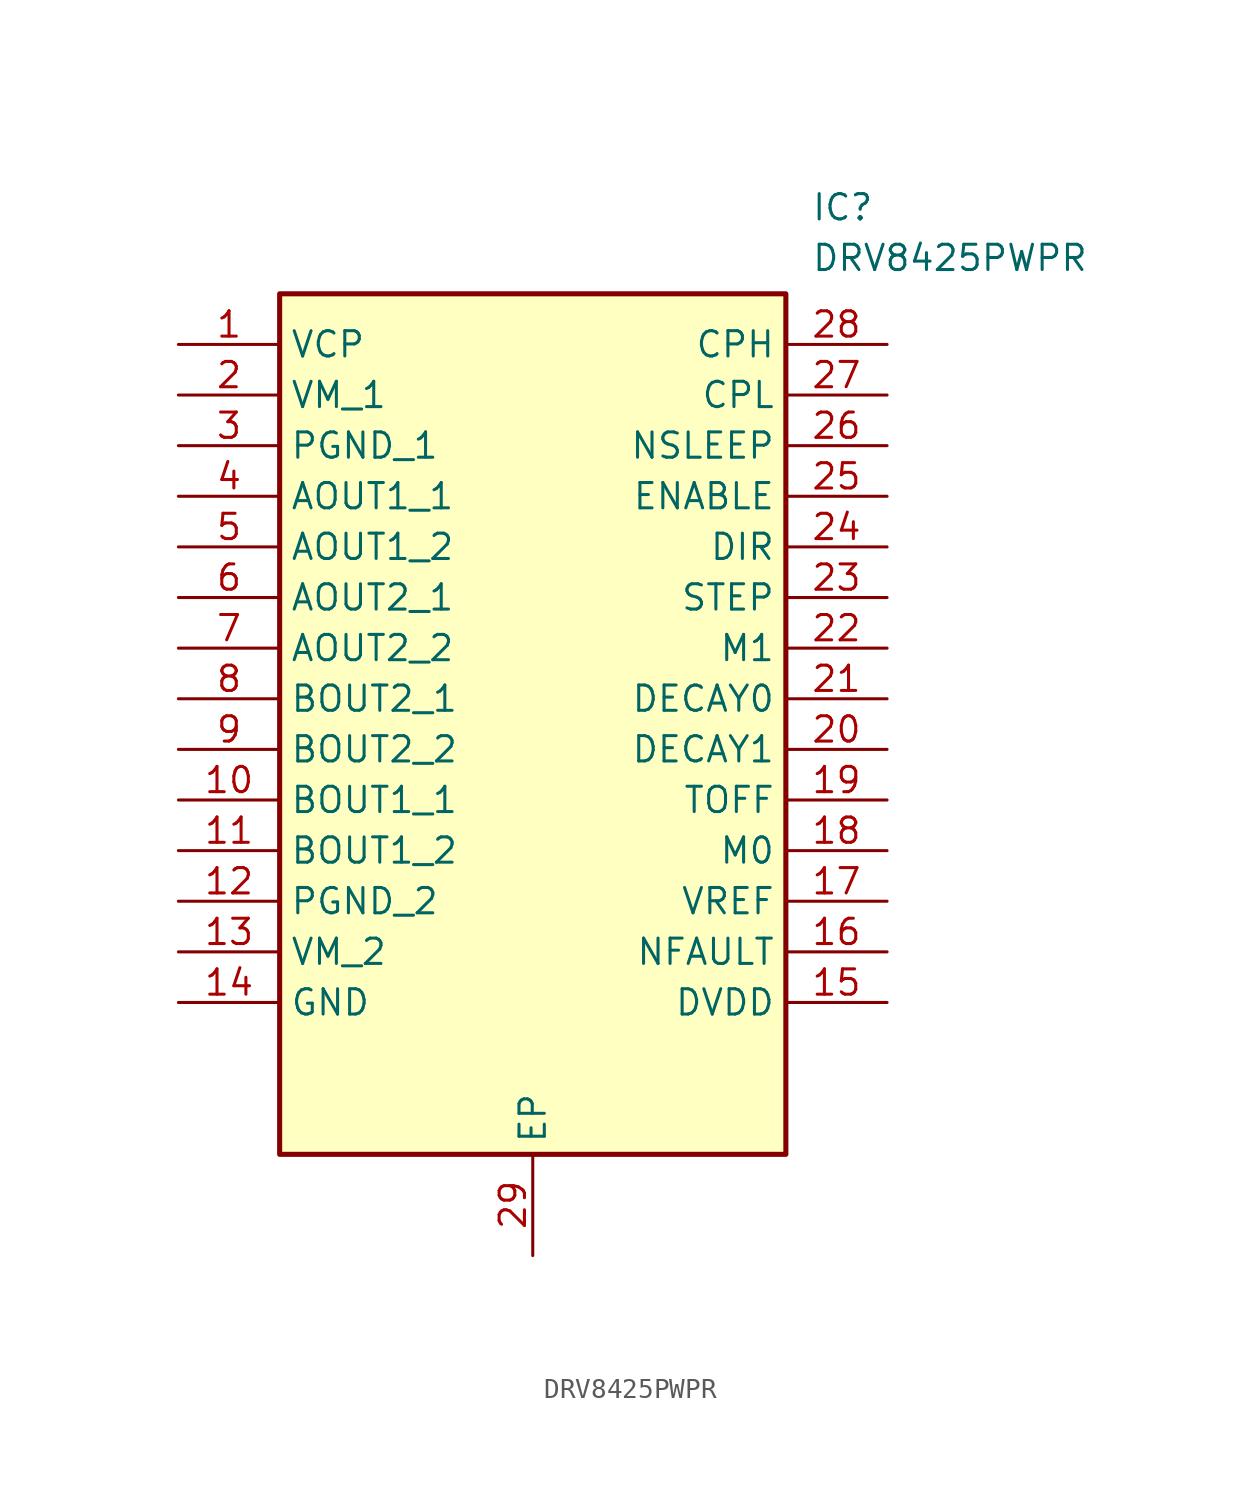
<source format=kicad_sym>
(kicad_symbol_lib
  (version 20211014)
  (generator SamacSys_ECAD_Model)
  (symbol "DRV8425PWPR"
    (property "Reference" "IC"
      (at 31.75 7.62 0)
      (effects (font (size 1.27 1.27)) (justify left top)))
    (property "Value" "DRV8425PWPR"
      (at 31.75 5.08 0)
      (effects (font (size 1.27 1.27)) (justify left top)))
    (rectangle
      (start 5.08 2.54)
      (end 30.48 -40.64)
      (stroke (width 0.254) (type default))
      (fill (type background)))
    (pin passive line
      (at 0 0 0)
      (length 5.08)
      (name "VCP" (effects (font (size 1.27 1.27))))
      (number "1" (effects (font (size 1.27 1.27)))))
    (pin passive line
      (at 0 -2.54 0)
      (length 5.08)
      (name "VM_1" (effects (font (size 1.27 1.27))))
      (number "2" (effects (font (size 1.27 1.27)))))
    (pin passive line
      (at 0 -5.08 0)
      (length 5.08)
      (name "PGND_1" (effects (font (size 1.27 1.27))))
      (number "3" (effects (font (size 1.27 1.27)))))
    (pin passive line
      (at 0 -7.62 0)
      (length 5.08)
      (name "AOUT1_1" (effects (font (size 1.27 1.27))))
      (number "4" (effects (font (size 1.27 1.27)))))
    (pin passive line
      (at 0 -10.16 0)
      (length 5.08)
      (name "AOUT1_2" (effects (font (size 1.27 1.27))))
      (number "5" (effects (font (size 1.27 1.27)))))
    (pin passive line
      (at 0 -12.7 0)
      (length 5.08)
      (name "AOUT2_1" (effects (font (size 1.27 1.27))))
      (number "6" (effects (font (size 1.27 1.27)))))
    (pin passive line
      (at 0 -15.24 0)
      (length 5.08)
      (name "AOUT2_2" (effects (font (size 1.27 1.27))))
      (number "7" (effects (font (size 1.27 1.27)))))
    (pin passive line
      (at 0 -17.78 0)
      (length 5.08)
      (name "BOUT2_1" (effects (font (size 1.27 1.27))))
      (number "8" (effects (font (size 1.27 1.27)))))
    (pin passive line
      (at 0 -20.32 0)
      (length 5.08)
      (name "BOUT2_2" (effects (font (size 1.27 1.27))))
      (number "9" (effects (font (size 1.27 1.27)))))
    (pin passive line
      (at 0 -22.86 0)
      (length 5.08)
      (name "BOUT1_1" (effects (font (size 1.27 1.27))))
      (number "10" (effects (font (size 1.27 1.27)))))
    (pin passive line
      (at 0 -25.4 0)
      (length 5.08)
      (name "BOUT1_2" (effects (font (size 1.27 1.27))))
      (number "11" (effects (font (size 1.27 1.27)))))
    (pin passive line
      (at 0 -27.94 0)
      (length 5.08)
      (name "PGND_2" (effects (font (size 1.27 1.27))))
      (number "12" (effects (font (size 1.27 1.27)))))
    (pin passive line
      (at 0 -30.48 0)
      (length 5.08)
      (name "VM_2" (effects (font (size 1.27 1.27))))
      (number "13" (effects (font (size 1.27 1.27)))))
    (pin passive line
      (at 0 -33.02 0)
      (length 5.08)
      (name "GND" (effects (font (size 1.27 1.27))))
      (number "14" (effects (font (size 1.27 1.27)))))
    (pin passive line
      (at 17.78 -45.72 90)
      (length 5.08)
      (name "EP" (effects (font (size 1.27 1.27))))
      (number "29" (effects (font (size 1.27 1.27)))))
    (pin passive line
      (at 35.56 0 180)
      (length 5.08)
      (name "CPH" (effects (font (size 1.27 1.27))))
      (number "28" (effects (font (size 1.27 1.27)))))
    (pin passive line
      (at 35.56 -2.54 180)
      (length 5.08)
      (name "CPL" (effects (font (size 1.27 1.27))))
      (number "27" (effects (font (size 1.27 1.27)))))
    (pin passive line
      (at 35.56 -5.08 180)
      (length 5.08)
      (name "NSLEEP" (effects (font (size 1.27 1.27))))
      (number "26" (effects (font (size 1.27 1.27)))))
    (pin passive line
      (at 35.56 -7.62 180)
      (length 5.08)
      (name "ENABLE" (effects (font (size 1.27 1.27))))
      (number "25" (effects (font (size 1.27 1.27)))))
    (pin passive line
      (at 35.56 -10.16 180)
      (length 5.08)
      (name "DIR" (effects (font (size 1.27 1.27))))
      (number "24" (effects (font (size 1.27 1.27)))))
    (pin passive line
      (at 35.56 -12.7 180)
      (length 5.08)
      (name "STEP" (effects (font (size 1.27 1.27))))
      (number "23" (effects (font (size 1.27 1.27)))))
    (pin passive line
      (at 35.56 -15.24 180)
      (length 5.08)
      (name "M1" (effects (font (size 1.27 1.27))))
      (number "22" (effects (font (size 1.27 1.27)))))
    (pin passive line
      (at 35.56 -17.78 180)
      (length 5.08)
      (name "DECAY0" (effects (font (size 1.27 1.27))))
      (number "21" (effects (font (size 1.27 1.27)))))
    (pin passive line
      (at 35.56 -20.32 180)
      (length 5.08)
      (name "DECAY1" (effects (font (size 1.27 1.27))))
      (number "20" (effects (font (size 1.27 1.27)))))
    (pin passive line
      (at 35.56 -22.86 180)
      (length 5.08)
      (name "TOFF" (effects (font (size 1.27 1.27))))
      (number "19" (effects (font (size 1.27 1.27)))))
    (pin passive line
      (at 35.56 -25.4 180)
      (length 5.08)
      (name "M0" (effects (font (size 1.27 1.27))))
      (number "18" (effects (font (size 1.27 1.27)))))
    (pin passive line
      (at 35.56 -27.94 180)
      (length 5.08)
      (name "VREF" (effects (font (size 1.27 1.27))))
      (number "17" (effects (font (size 1.27 1.27)))))
    (pin passive line
      (at 35.56 -30.48 180)
      (length 5.08)
      (name "NFAULT" (effects (font (size 1.27 1.27))))
      (number "16" (effects (font (size 1.27 1.27)))))
    (pin passive line
      (at 35.56 -33.02 180)
      (length 5.08)
      (name "DVDD" (effects (font (size 1.27 1.27))))
      (number "15" (effects (font (size 1.27 1.27)))))))
</source>
